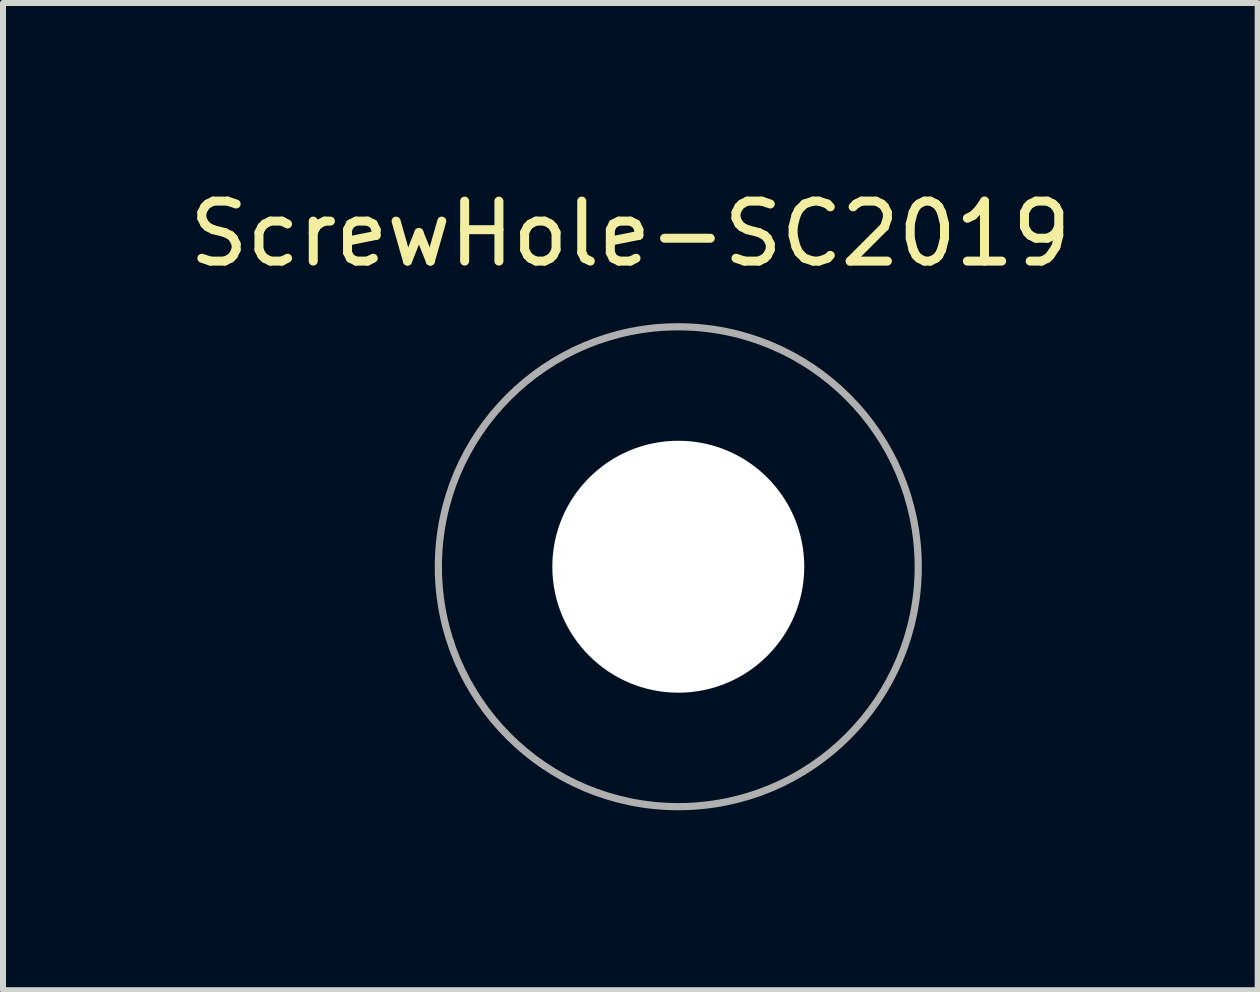
<source format=kicad_pcb>
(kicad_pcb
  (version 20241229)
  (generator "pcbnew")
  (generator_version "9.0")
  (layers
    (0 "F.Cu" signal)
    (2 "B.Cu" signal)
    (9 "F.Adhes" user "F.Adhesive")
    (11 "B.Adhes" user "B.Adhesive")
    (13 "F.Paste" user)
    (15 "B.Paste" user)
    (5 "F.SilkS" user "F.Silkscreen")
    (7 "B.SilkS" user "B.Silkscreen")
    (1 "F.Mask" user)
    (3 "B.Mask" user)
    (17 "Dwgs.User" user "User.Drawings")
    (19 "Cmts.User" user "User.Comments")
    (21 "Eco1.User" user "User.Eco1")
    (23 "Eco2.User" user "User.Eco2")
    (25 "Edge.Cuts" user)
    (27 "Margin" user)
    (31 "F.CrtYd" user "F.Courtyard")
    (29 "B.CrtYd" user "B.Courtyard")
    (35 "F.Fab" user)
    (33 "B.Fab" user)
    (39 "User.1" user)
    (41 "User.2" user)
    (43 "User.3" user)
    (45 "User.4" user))
  (footprint "ScrewHole-SC2019"
    (layer "F.Cu")
    (at 8.258 6.398)
    (property "Reference" "ScrewHole-SC2019" (at -0.8 -5.55 0) (layer "F.SilkS") (effects (font (size 1 1) (thickness 0.15))))
    (attr through_hole)
    (fp_circle (center 0 0) (end 4 0) (stroke (width 0.12) (type solid)) (fill no) (layer "F.Fab"))
    (pad "" np_thru_hole circle (at 0 0) (size 4.2 4.2) (drill 4.2) (layers "*.Cu" "*.Mask")))
  (gr_rect
    (start -3 -3)
    (end 17.917 13.458)
    (stroke (width 0.1) (type default))
    (fill no)
    (layer "Edge.Cuts")))
</source>
